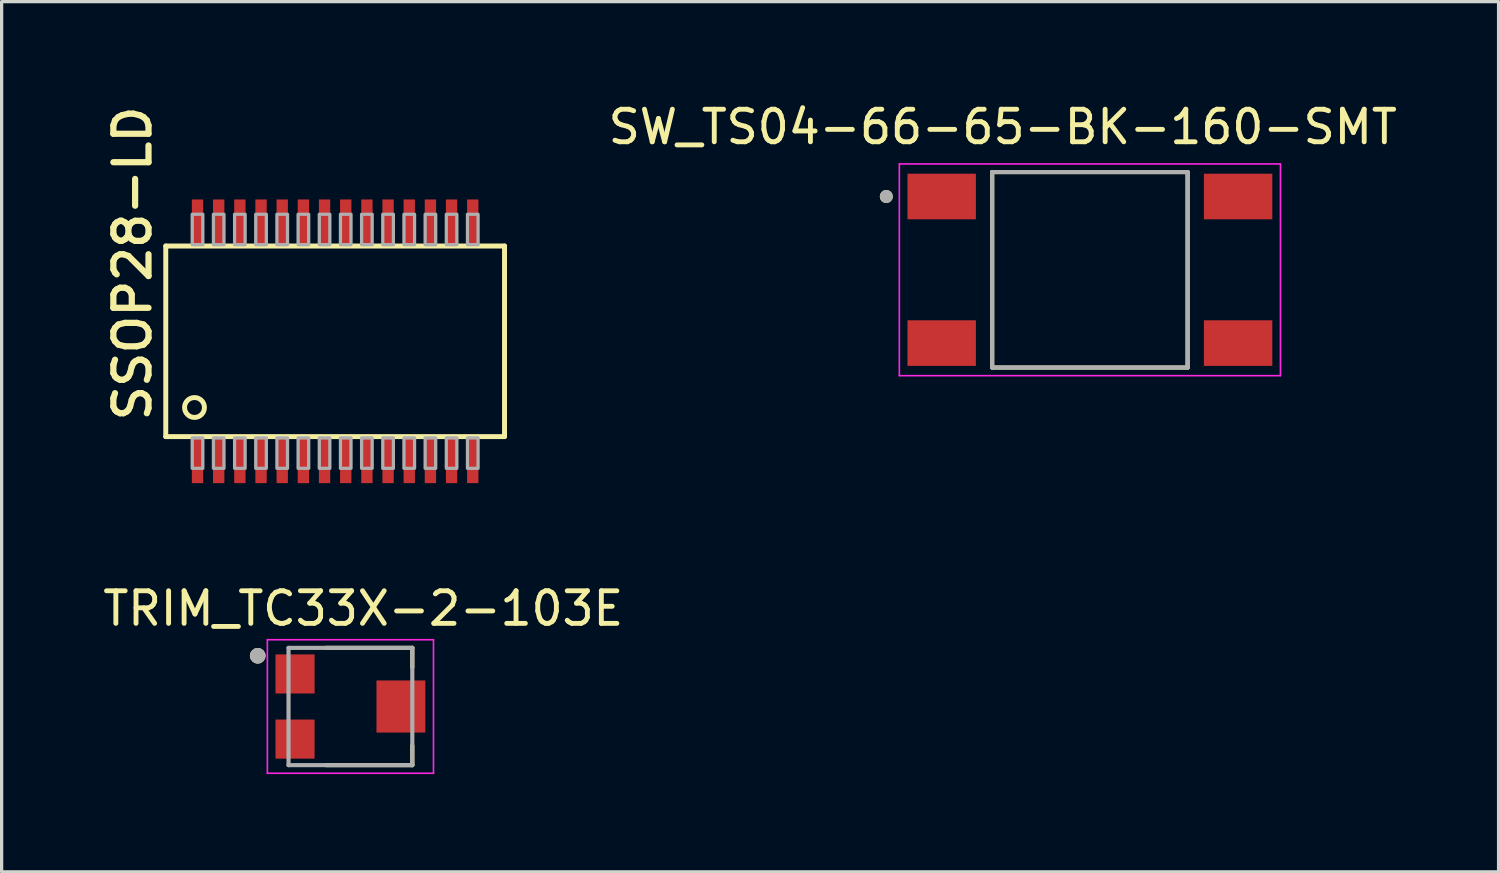
<source format=kicad_pcb>
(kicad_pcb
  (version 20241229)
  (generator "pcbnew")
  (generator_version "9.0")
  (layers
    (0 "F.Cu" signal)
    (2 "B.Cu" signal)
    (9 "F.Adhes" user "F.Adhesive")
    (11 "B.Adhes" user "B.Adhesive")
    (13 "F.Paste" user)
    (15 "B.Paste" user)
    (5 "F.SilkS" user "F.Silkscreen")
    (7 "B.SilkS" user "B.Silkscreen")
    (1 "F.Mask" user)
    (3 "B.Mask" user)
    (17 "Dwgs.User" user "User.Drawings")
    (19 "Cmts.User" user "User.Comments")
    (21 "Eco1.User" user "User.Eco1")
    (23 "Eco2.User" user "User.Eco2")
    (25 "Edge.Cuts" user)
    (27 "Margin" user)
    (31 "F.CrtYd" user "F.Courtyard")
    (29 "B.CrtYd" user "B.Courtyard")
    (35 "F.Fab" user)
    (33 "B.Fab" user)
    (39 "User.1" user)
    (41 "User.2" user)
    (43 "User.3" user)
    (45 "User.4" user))
  (footprint "SSOP28-LD"
    (layer "F.Cu")
    (at 7.239 7.428)
    (property "Reference" "SSOP28-LD" (at -5.588 2.54 90) (unlocked yes) (layer "F.SilkS") (effects (font (size 1.079 1.079) (thickness 0.191)) (justify left bottom)))
    (fp_line (start -5.2 -2.925) (end 5.2 -2.925) (stroke (width 0.152) (type solid)) (layer "F.SilkS"))
    (fp_line (start -5.2 2.925) (end -5.2 -2.925) (stroke (width 0.152) (type solid)) (layer "F.SilkS"))
    (fp_line (start 5.2 -2.925) (end 5.2 2.925) (stroke (width 0.152) (type solid)) (layer "F.SilkS"))
    (fp_line (start 5.2 2.925) (end -5.2 2.925) (stroke (width 0.152) (type solid)) (layer "F.SilkS"))
    (fp_circle (center -4.318 2.032) (end -4.013 2.032) (stroke (width 0.152) (type solid)) (fill no) (layer "F.SilkS"))
    (fp_poly (pts (xy -4.388 -2.966) (xy -4.062 -2.966) (xy -4.062 -3.9) (xy -4.388 -3.9)) (stroke (width 0.1) (type default)) (fill no) (layer "F.Fab"))
    (fp_poly (pts (xy -4.388 3.9) (xy -4.062 3.9) (xy -4.062 2.966) (xy -4.388 2.966)) (stroke (width 0.1) (type default)) (fill no) (layer "F.Fab"))
    (fp_poly (pts (xy -3.737 -2.966) (xy -3.413 -2.966) (xy -3.413 -3.9) (xy -3.737 -3.9)) (stroke (width 0.1) (type default)) (fill no) (layer "F.Fab"))
    (fp_poly (pts (xy -3.737 3.9) (xy -3.413 3.9) (xy -3.413 2.966) (xy -3.737 2.966)) (stroke (width 0.1) (type default)) (fill no) (layer "F.Fab"))
    (fp_poly (pts (xy -3.087 -2.966) (xy -2.763 -2.966) (xy -2.763 -3.9) (xy -3.087 -3.9)) (stroke (width 0.1) (type default)) (fill no) (layer "F.Fab"))
    (fp_poly (pts (xy -3.087 3.9) (xy -2.763 3.9) (xy -2.763 2.966) (xy -3.087 2.966)) (stroke (width 0.1) (type default)) (fill no) (layer "F.Fab"))
    (fp_poly (pts (xy -2.438 -2.966) (xy -2.112 -2.966) (xy -2.112 -3.9) (xy -2.438 -3.9)) (stroke (width 0.1) (type default)) (fill no) (layer "F.Fab"))
    (fp_poly (pts (xy -2.438 3.9) (xy -2.112 3.9) (xy -2.112 2.966) (xy -2.438 2.966)) (stroke (width 0.1) (type default)) (fill no) (layer "F.Fab"))
    (fp_poly (pts (xy -1.788 -2.966) (xy -1.462 -2.966) (xy -1.462 -3.9) (xy -1.788 -3.9)) (stroke (width 0.1) (type default)) (fill no) (layer "F.Fab"))
    (fp_poly (pts (xy -1.788 3.9) (xy -1.462 3.9) (xy -1.462 2.966) (xy -1.788 2.966)) (stroke (width 0.1) (type default)) (fill no) (layer "F.Fab"))
    (fp_poly (pts (xy -1.137 -2.966) (xy -0.812 -2.966) (xy -0.812 -3.9) (xy -1.137 -3.9)) (stroke (width 0.1) (type default)) (fill no) (layer "F.Fab"))
    (fp_poly (pts (xy -1.137 3.9) (xy -0.812 3.9) (xy -0.812 2.966) (xy -1.137 2.966)) (stroke (width 0.1) (type default)) (fill no) (layer "F.Fab"))
    (fp_poly (pts (xy -0.487 -2.966) (xy -0.163 -2.966) (xy -0.163 -3.9) (xy -0.487 -3.9)) (stroke (width 0.1) (type default)) (fill no) (layer "F.Fab"))
    (fp_poly (pts (xy -0.487 3.9) (xy -0.163 3.9) (xy -0.163 2.966) (xy -0.487 2.966)) (stroke (width 0.1) (type default)) (fill no) (layer "F.Fab"))
    (fp_poly (pts (xy 0.163 -2.966) (xy 0.487 -2.966) (xy 0.487 -3.9) (xy 0.163 -3.9)) (stroke (width 0.1) (type default)) (fill no) (layer "F.Fab"))
    (fp_poly (pts (xy 0.163 3.9) (xy 0.487 3.9) (xy 0.487 2.966) (xy 0.163 2.966)) (stroke (width 0.1) (type default)) (fill no) (layer "F.Fab"))
    (fp_poly (pts (xy 0.812 -2.966) (xy 1.137 -2.966) (xy 1.137 -3.9) (xy 0.812 -3.9)) (stroke (width 0.1) (type default)) (fill no) (layer "F.Fab"))
    (fp_poly (pts (xy 0.812 3.9) (xy 1.137 3.9) (xy 1.137 2.966) (xy 0.812 2.966)) (stroke (width 0.1) (type default)) (fill no) (layer "F.Fab"))
    (fp_poly (pts (xy 1.462 -2.966) (xy 1.788 -2.966) (xy 1.788 -3.9) (xy 1.462 -3.9)) (stroke (width 0.1) (type default)) (fill no) (layer "F.Fab"))
    (fp_poly (pts (xy 1.462 3.9) (xy 1.788 3.9) (xy 1.788 2.966) (xy 1.462 2.966)) (stroke (width 0.1) (type default)) (fill no) (layer "F.Fab"))
    (fp_poly (pts (xy 2.112 -2.966) (xy 2.438 -2.966) (xy 2.438 -3.9) (xy 2.112 -3.9)) (stroke (width 0.1) (type default)) (fill no) (layer "F.Fab"))
    (fp_poly (pts (xy 2.112 3.9) (xy 2.438 3.9) (xy 2.438 2.966) (xy 2.112 2.966)) (stroke (width 0.1) (type default)) (fill no) (layer "F.Fab"))
    (fp_poly (pts (xy 2.763 -2.966) (xy 3.087 -2.966) (xy 3.087 -3.9) (xy 2.763 -3.9)) (stroke (width 0.1) (type default)) (fill no) (layer "F.Fab"))
    (fp_poly (pts (xy 2.763 3.9) (xy 3.087 3.9) (xy 3.087 2.966) (xy 2.763 2.966)) (stroke (width 0.1) (type default)) (fill no) (layer "F.Fab"))
    (fp_poly (pts (xy 3.413 -2.966) (xy 3.737 -2.966) (xy 3.737 -3.9) (xy 3.413 -3.9)) (stroke (width 0.1) (type default)) (fill no) (layer "F.Fab"))
    (fp_poly (pts (xy 3.413 3.9) (xy 3.737 3.9) (xy 3.737 2.966) (xy 3.413 2.966)) (stroke (width 0.1) (type default)) (fill no) (layer "F.Fab"))
    (fp_poly (pts (xy 4.062 -2.966) (xy 4.388 -2.966) (xy 4.388 -3.9) (xy 4.062 -3.9)) (stroke (width 0.1) (type default)) (fill no) (layer "F.Fab"))
    (fp_poly (pts (xy 4.062 3.9) (xy 4.388 3.9) (xy 4.388 2.966) (xy 4.062 2.966)) (stroke (width 0.1) (type default)) (fill no) (layer "F.Fab"))
    (pad "1" smd rect (at -4.225 3.656) (size 0.348 1.397) (layers "F.Cu" "F.Mask" "F.Paste"))
    (pad "2" smd rect (at -3.575 3.656) (size 0.348 1.397) (layers "F.Cu" "F.Mask" "F.Paste"))
    (pad "3" smd rect (at -2.925 3.656) (size 0.348 1.397) (layers "F.Cu" "F.Mask" "F.Paste"))
    (pad "4" smd rect (at -2.275 3.656) (size 0.348 1.397) (layers "F.Cu" "F.Mask" "F.Paste"))
    (pad "5" smd rect (at -1.625 3.656) (size 0.348 1.397) (layers "F.Cu" "F.Mask" "F.Paste"))
    (pad "6" smd rect (at -0.975 3.656) (size 0.348 1.397) (layers "F.Cu" "F.Mask" "F.Paste"))
    (pad "7" smd rect (at -0.325 3.656) (size 0.348 1.397) (layers "F.Cu" "F.Mask" "F.Paste"))
    (pad "8" smd rect (at 0.325 3.656) (size 0.348 1.397) (layers "F.Cu" "F.Mask" "F.Paste"))
    (pad "9" smd rect (at 0.975 3.656) (size 0.348 1.397) (layers "F.Cu" "F.Mask" "F.Paste"))
    (pad "10" smd rect (at 1.625 3.656) (size 0.348 1.397) (layers "F.Cu" "F.Mask" "F.Paste"))
    (pad "11" smd rect (at 2.275 3.656) (size 0.348 1.397) (layers "F.Cu" "F.Mask" "F.Paste"))
    (pad "12" smd rect (at 2.925 3.656) (size 0.348 1.397) (layers "F.Cu" "F.Mask" "F.Paste"))
    (pad "13" smd rect (at 3.575 3.656) (size 0.348 1.397) (layers "F.Cu" "F.Mask" "F.Paste"))
    (pad "14" smd rect (at 4.225 3.656) (size 0.348 1.397) (layers "F.Cu" "F.Mask" "F.Paste"))
    (pad "15" smd rect (at 4.225 -3.656) (size 0.348 1.397) (layers "F.Cu" "F.Mask" "F.Paste"))
    (pad "16" smd rect (at 3.575 -3.656) (size 0.348 1.397) (layers "F.Cu" "F.Mask" "F.Paste"))
    (pad "17" smd rect (at 2.925 -3.656) (size 0.348 1.397) (layers "F.Cu" "F.Mask" "F.Paste"))
    (pad "18" smd rect (at 2.275 -3.656) (size 0.348 1.397) (layers "F.Cu" "F.Mask" "F.Paste"))
    (pad "19" smd rect (at 1.625 -3.656) (size 0.348 1.397) (layers "F.Cu" "F.Mask" "F.Paste"))
    (pad "20" smd rect (at 0.975 -3.656) (size 0.348 1.397) (layers "F.Cu" "F.Mask" "F.Paste"))
    (pad "21" smd rect (at 0.325 -3.656) (size 0.348 1.397) (layers "F.Cu" "F.Mask" "F.Paste"))
    (pad "22" smd rect (at -0.325 -3.656) (size 0.348 1.397) (layers "F.Cu" "F.Mask" "F.Paste"))
    (pad "23" smd rect (at -0.975 -3.656) (size 0.348 1.397) (layers "F.Cu" "F.Mask" "F.Paste"))
    (pad "24" smd rect (at -1.625 -3.656) (size 0.348 1.397) (layers "F.Cu" "F.Mask" "F.Paste"))
    (pad "25" smd rect (at -2.275 -3.656) (size 0.348 1.397) (layers "F.Cu" "F.Mask" "F.Paste"))
    (pad "26" smd rect (at -2.925 -3.656) (size 0.348 1.397) (layers "F.Cu" "F.Mask" "F.Paste"))
    (pad "27" smd rect (at -3.575 -3.656) (size 0.348 1.397) (layers "F.Cu" "F.Mask" "F.Paste"))
    (pad "28" smd rect (at -4.225 -3.656) (size 0.348 1.397) (layers "F.Cu" "F.Mask" "F.Paste")))
  (footprint "TRIM_TC33X-2-103E"
    (layer "F.Cu")
    (at 7.808 18.64)
    (property "Reference" "TRIM_TC33X-2-103E" (at 0.294 -3.008 0) (layer "F.SilkS") (effects (font (size 1 1) (thickness 0.15))))
    (attr smd)
    (fp_line (start -0.85 -1.8) (end 1.8 -1.8) (stroke (width 0.127) (type solid)) (layer "F.SilkS"))
    (fp_line (start -0.85 1.8) (end 1.8 1.8) (stroke (width 0.127) (type solid)) (layer "F.SilkS"))
    (fp_line (start 1.8 -1.8) (end 1.8 -1.2) (stroke (width 0.127) (type solid)) (layer "F.SilkS"))
    (fp_line (start 1.8 1.8) (end 1.8 1.2) (stroke (width 0.127) (type solid)) (layer "F.SilkS"))
    (fp_circle (center -2.946 -1.558) (end -2.826 -1.558) (stroke (width 0.24) (type solid)) (fill no) (layer "F.SilkS"))
    (fp_line (start -2.65 -2.05) (end 2.45 -2.05) (stroke (width 0.05) (type solid)) (layer "F.CrtYd"))
    (fp_line (start -2.65 2.05) (end -2.65 -2.05) (stroke (width 0.05) (type solid)) (layer "F.CrtYd"))
    (fp_line (start 2.45 -2.05) (end 2.45 2.05) (stroke (width 0.05) (type solid)) (layer "F.CrtYd"))
    (fp_line (start 2.45 2.05) (end -2.65 2.05) (stroke (width 0.05) (type solid)) (layer "F.CrtYd"))
    (fp_line (start -2 -1.8) (end 1.8 -1.8) (stroke (width 0.127) (type solid)) (layer "F.Fab"))
    (fp_line (start -2 1.8) (end -2 -1.8) (stroke (width 0.127) (type solid)) (layer "F.Fab"))
    (fp_line (start 1.8 -1.8) (end 1.8 1.8) (stroke (width 0.127) (type solid)) (layer "F.Fab"))
    (fp_line (start 1.8 1.8) (end -2 1.8) (stroke (width 0.127) (type solid)) (layer "F.Fab"))
    (fp_circle (center -2.946 -1.558) (end -2.826 -1.558) (stroke (width 0.24) (type solid)) (fill no) (layer "F.Fab"))
    (pad "1" smd rect (at -1.8 -1) (size 1.2 1.2) (layers "F.Cu" "F.Mask" "F.Paste"))
    (pad "2" smd rect (at 1.45 0) (size 1.5 1.6) (layers "F.Cu" "F.Mask" "F.Paste"))
    (pad "3" smd rect (at -1.8 1) (size 1.2 1.2) (layers "F.Cu" "F.Mask" "F.Paste")))
  (footprint "SW_TS04-66-65-BK-160-SMT"
    (layer "F.Cu")
    (at 30.41 5.233)
    (property "Reference" "SW_TS04-66-65-BK-160-SMT" (at -2.675 -4.385 0) (layer "F.SilkS") (effects (font (size 1 1) (thickness 0.15))))
    (attr smd)
    (fp_line (start -3 -3) (end -3 3) (stroke (width 0.127) (type solid)) (layer "F.SilkS"))
    (fp_line (start -3 3) (end 3 3) (stroke (width 0.127) (type solid)) (layer "F.SilkS"))
    (fp_line (start 3 -3) (end -3 -3) (stroke (width 0.127) (type solid)) (layer "F.SilkS"))
    (fp_line (start 3 3) (end 3 -3) (stroke (width 0.127) (type solid)) (layer "F.SilkS"))
    (fp_circle (center -6.25 -2.25) (end -6.15 -2.25) (stroke (width 0.2) (type solid)) (fill no) (layer "F.SilkS"))
    (fp_line (start -5.85 -3.25) (end -5.85 3.25) (stroke (width 0.05) (type solid)) (layer "F.CrtYd"))
    (fp_line (start -5.85 3.25) (end 5.85 3.25) (stroke (width 0.05) (type solid)) (layer "F.CrtYd"))
    (fp_line (start 5.85 -3.25) (end -5.85 -3.25) (stroke (width 0.05) (type solid)) (layer "F.CrtYd"))
    (fp_line (start 5.85 3.25) (end 5.85 -3.25) (stroke (width 0.05) (type solid)) (layer "F.CrtYd"))
    (fp_line (start -3 -3) (end -3 3) (stroke (width 0.127) (type solid)) (layer "F.Fab"))
    (fp_line (start -3 3) (end 3 3) (stroke (width 0.127) (type solid)) (layer "F.Fab"))
    (fp_line (start 3 -3) (end -3 -3) (stroke (width 0.127) (type solid)) (layer "F.Fab"))
    (fp_line (start 3 3) (end 3 -3) (stroke (width 0.127) (type solid)) (layer "F.Fab"))
    (fp_circle (center -6.25 -2.25) (end -6.15 -2.25) (stroke (width 0.2) (type solid)) (fill no) (layer "F.Fab"))
    (pad "1" smd rect (at -4.55 -2.25) (size 2.1 1.4) (layers "F.Cu" "F.Mask" "F.Paste"))
    (pad "2" smd rect (at -4.55 2.25) (size 2.1 1.4) (layers "F.Cu" "F.Mask" "F.Paste"))
    (pad "3" smd rect (at 4.55 -2.25) (size 2.1 1.4) (layers "F.Cu" "F.Mask" "F.Paste"))
    (pad "4" smd rect (at 4.55 2.25) (size 2.1 1.4) (layers "F.Cu" "F.Mask" "F.Paste")))
  (gr_rect
    (start -3 -3)
    (end 42.956 23.715)
    (stroke (width 0.1) (type default))
    (fill no)
    (layer "Edge.Cuts")))
</source>
